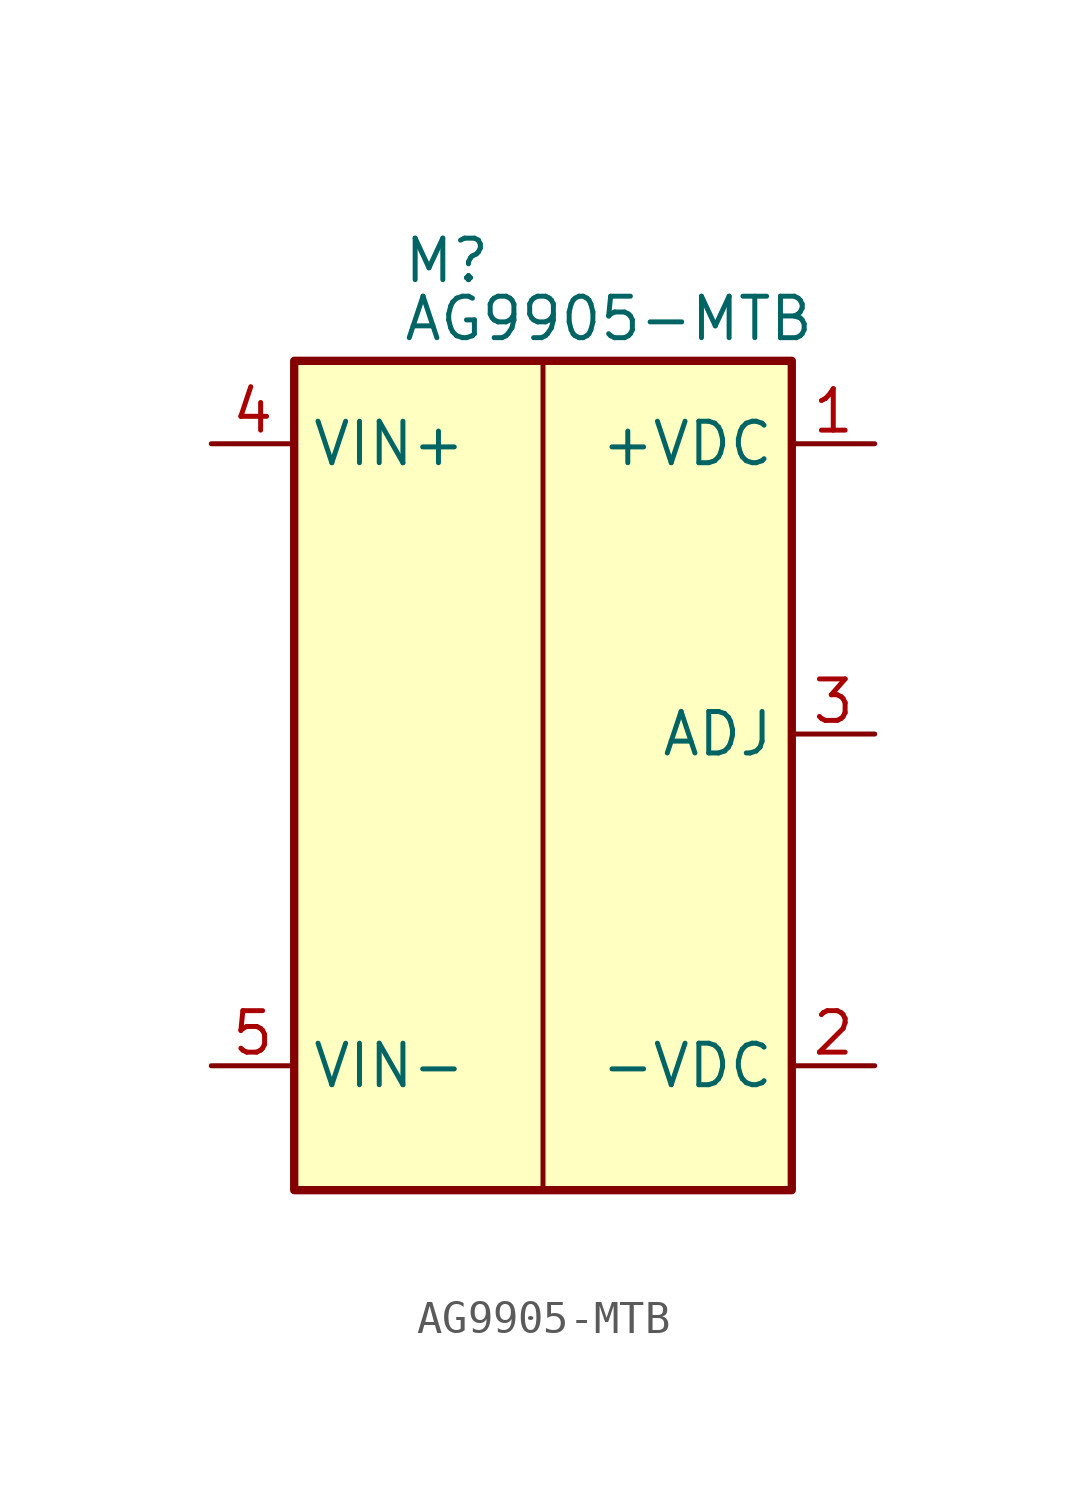
<source format=kicad_sym>
(kicad_symbol_lib
  (version 20231120)
  (generator "kicad_symbol_editor")
  (generator_version "8.0")
  (symbol "AG9905-MTB"
    (property "Reference" "M"
      (at -4.318 3.81 0)
      (effects (font (size 1.27 1.27)) (justify left top)))
    (property "Value" "AG9905-MTB"
      (at -4.318 2.032 0)
      (effects (font (size 1.27 1.27)) (justify left top)))
    (symbol "AG9905-MTB_1_1"
      (rectangle (start -7.62 0) (end 7.62 -25.4) (stroke (width 0.254) (type default)) (fill (type background)))
      (polyline (pts (xy 0 0) (xy 0 -25.4)) (stroke (width 0) (type default)) (fill (type none)))
      (pin passive line (at 10.16 -2.54 180) (length 2.54) (name "+VDC" (effects (font (size 1.27 1.27)))) (number "1" (effects (font (size 1.27 1.27)))))
      (pin passive line (at 10.16 -21.59 180) (length 2.54) (name "-VDC" (effects (font (size 1.27 1.27)))) (number "2" (effects (font (size 1.27 1.27)))))
      (pin passive line (at 10.16 -11.43 180) (length 2.54) (name "ADJ" (effects (font (size 1.27 1.27)))) (number "3" (effects (font (size 1.27 1.27)))))
      (pin passive line (at -10.16 -2.54 0) (length 2.54) (name "VIN+" (effects (font (size 1.27 1.27)))) (number "4" (effects (font (size 1.27 1.27)))))
      (pin passive line (at -10.16 -21.59 0) (length 2.54) (name "VIN-" (effects (font (size 1.27 1.27)))) (number "5" (effects (font (size 1.27 1.27))))))))
</source>
